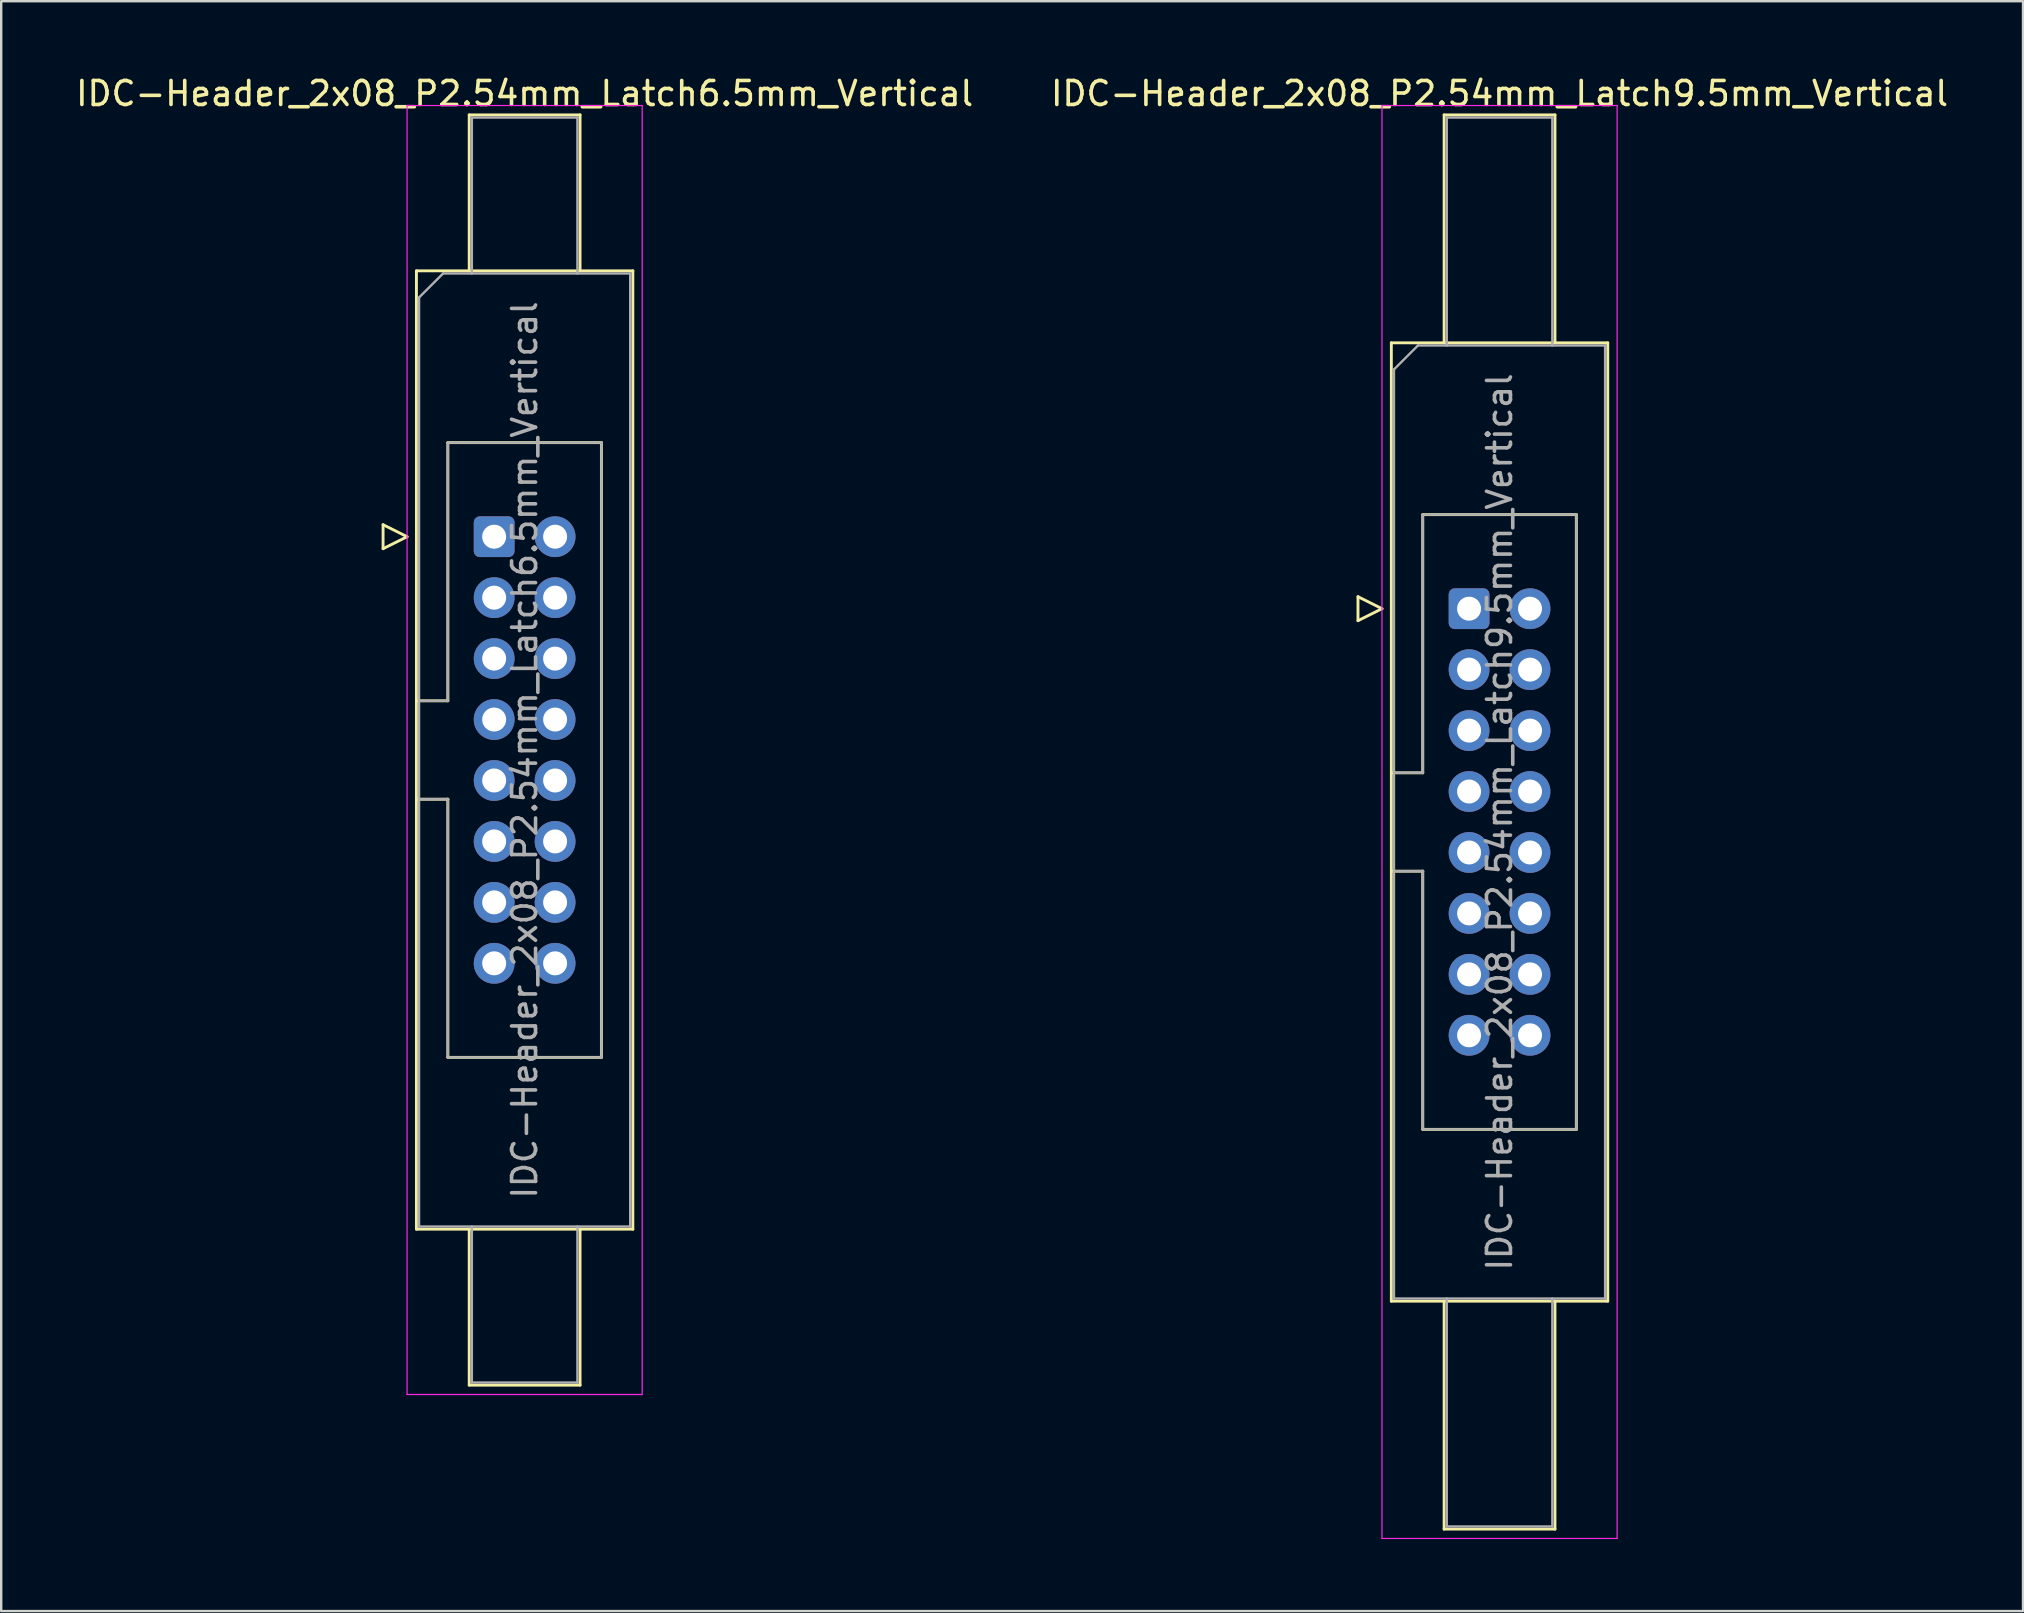
<source format=kicad_pcb>
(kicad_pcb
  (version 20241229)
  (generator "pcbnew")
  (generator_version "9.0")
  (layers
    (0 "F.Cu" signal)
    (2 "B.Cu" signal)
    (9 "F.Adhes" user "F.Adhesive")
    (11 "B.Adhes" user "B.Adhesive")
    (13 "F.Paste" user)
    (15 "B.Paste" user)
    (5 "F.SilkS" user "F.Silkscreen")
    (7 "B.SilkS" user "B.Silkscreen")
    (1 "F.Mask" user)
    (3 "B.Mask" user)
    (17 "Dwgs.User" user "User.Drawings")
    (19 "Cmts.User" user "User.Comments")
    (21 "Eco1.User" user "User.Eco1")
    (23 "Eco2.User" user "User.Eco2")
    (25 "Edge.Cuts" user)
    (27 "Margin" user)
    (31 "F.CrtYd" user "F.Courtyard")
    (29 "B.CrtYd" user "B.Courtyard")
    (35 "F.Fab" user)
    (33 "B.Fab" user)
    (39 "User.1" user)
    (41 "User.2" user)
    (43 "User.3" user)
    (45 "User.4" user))
  (footprint "IDC-Header_2x08_P2.54mm_Latch6.5mm_Vertical"
    (layer "F.Cu")
    (at 17.545 19.318)
    (property "Reference" "IDC-Header_2x08_P2.54mm_Latch6.5mm_Vertical" (at 1.27 -18.47 0) (layer "F.SilkS") (effects (font (size 1 1) (thickness 0.15))))
    (attr through_hole)
    (fp_line (start -4.63 -0.5) (end -4.63 0.5) (stroke (width 0.12) (type solid)) (layer "F.SilkS"))
    (fp_line (start -4.63 0.5) (end -3.63 0) (stroke (width 0.12) (type solid)) (layer "F.SilkS"))
    (fp_line (start -3.63 0) (end -4.63 -0.5) (stroke (width 0.12) (type solid)) (layer "F.SilkS"))
    (fp_line (start -3.24 -11.08) (end 5.78 -11.08) (stroke (width 0.12) (type solid)) (layer "F.SilkS"))
    (fp_line (start -3.24 6.84) (end -1.93 6.84) (stroke (width 0.12) (type solid)) (layer "F.SilkS"))
    (fp_line (start -3.24 28.86) (end -3.24 -11.08) (stroke (width 0.12) (type solid)) (layer "F.SilkS"))
    (fp_line (start -1.93 -3.92) (end 4.47 -3.92) (stroke (width 0.12) (type solid)) (layer "F.SilkS"))
    (fp_line (start -1.93 6.84) (end -1.93 -3.92) (stroke (width 0.12) (type solid)) (layer "F.SilkS"))
    (fp_line (start -1.93 10.94) (end -3.24 10.94) (stroke (width 0.12) (type solid)) (layer "F.SilkS"))
    (fp_line (start -1.93 10.94) (end -1.93 10.94) (stroke (width 0.12) (type solid)) (layer "F.SilkS"))
    (fp_line (start -1.93 21.7) (end -1.93 10.94) (stroke (width 0.12) (type solid)) (layer "F.SilkS"))
    (fp_line (start -1.04 -17.58) (end 3.58 -17.58) (stroke (width 0.12) (type solid)) (layer "F.SilkS"))
    (fp_line (start -1.04 -11.08) (end -1.04 -17.58) (stroke (width 0.12) (type solid)) (layer "F.SilkS"))
    (fp_line (start -1.04 28.86) (end -1.04 35.36) (stroke (width 0.12) (type solid)) (layer "F.SilkS"))
    (fp_line (start -1.04 35.36) (end 3.58 35.36) (stroke (width 0.12) (type solid)) (layer "F.SilkS"))
    (fp_line (start 3.58 -17.58) (end 3.58 -11.08) (stroke (width 0.12) (type solid)) (layer "F.SilkS"))
    (fp_line (start 3.58 35.36) (end 3.58 28.86) (stroke (width 0.12) (type solid)) (layer "F.SilkS"))
    (fp_line (start 4.47 -3.92) (end 4.47 21.7) (stroke (width 0.12) (type solid)) (layer "F.SilkS"))
    (fp_line (start 4.47 21.7) (end -1.93 21.7) (stroke (width 0.12) (type solid)) (layer "F.SilkS"))
    (fp_line (start 5.78 -11.08) (end 5.78 28.86) (stroke (width 0.12) (type solid)) (layer "F.SilkS"))
    (fp_line (start 5.78 28.86) (end -3.24 28.86) (stroke (width 0.12) (type solid)) (layer "F.SilkS"))
    (fp_line (start -3.63 -17.97) (end -3.63 35.75) (stroke (width 0.05) (type solid)) (layer "F.CrtYd"))
    (fp_line (start -3.63 35.75) (end 6.17 35.75) (stroke (width 0.05) (type solid)) (layer "F.CrtYd"))
    (fp_line (start 6.17 -17.97) (end -3.63 -17.97) (stroke (width 0.05) (type solid)) (layer "F.CrtYd"))
    (fp_line (start 6.17 35.75) (end 6.17 -17.97) (stroke (width 0.05) (type solid)) (layer "F.CrtYd"))
    (fp_line (start -3.13 -9.97) (end -2.13 -10.97) (stroke (width 0.1) (type solid)) (layer "F.Fab"))
    (fp_line (start -3.13 6.84) (end -1.93 6.84) (stroke (width 0.1) (type solid)) (layer "F.Fab"))
    (fp_line (start -3.13 28.75) (end -3.13 -9.97) (stroke (width 0.1) (type solid)) (layer "F.Fab"))
    (fp_line (start -2.13 -10.97) (end 5.67 -10.97) (stroke (width 0.1) (type solid)) (layer "F.Fab"))
    (fp_line (start -1.93 -3.92) (end 4.47 -3.92) (stroke (width 0.1) (type solid)) (layer "F.Fab"))
    (fp_line (start -1.93 6.84) (end -1.93 -3.92) (stroke (width 0.1) (type solid)) (layer "F.Fab"))
    (fp_line (start -1.93 10.94) (end -3.13 10.94) (stroke (width 0.1) (type solid)) (layer "F.Fab"))
    (fp_line (start -1.93 10.94) (end -1.93 10.94) (stroke (width 0.1) (type solid)) (layer "F.Fab"))
    (fp_line (start -1.93 21.7) (end -1.93 10.94) (stroke (width 0.1) (type solid)) (layer "F.Fab"))
    (fp_line (start -0.93 -17.47) (end 3.47 -17.47) (stroke (width 0.1) (type solid)) (layer "F.Fab"))
    (fp_line (start -0.93 -10.97) (end -0.93 -17.47) (stroke (width 0.1) (type solid)) (layer "F.Fab"))
    (fp_line (start -0.93 28.75) (end -0.93 35.25) (stroke (width 0.1) (type solid)) (layer "F.Fab"))
    (fp_line (start -0.93 35.25) (end 3.47 35.25) (stroke (width 0.1) (type solid)) (layer "F.Fab"))
    (fp_line (start 3.47 -17.47) (end 3.47 -10.97) (stroke (width 0.1) (type solid)) (layer "F.Fab"))
    (fp_line (start 3.47 35.25) (end 3.47 28.75) (stroke (width 0.1) (type solid)) (layer "F.Fab"))
    (fp_line (start 4.47 -3.92) (end 4.47 21.7) (stroke (width 0.1) (type solid)) (layer "F.Fab"))
    (fp_line (start 4.47 21.7) (end -1.93 21.7) (stroke (width 0.1) (type solid)) (layer "F.Fab"))
    (fp_line (start 5.67 -10.97) (end 5.67 28.75) (stroke (width 0.1) (type solid)) (layer "F.Fab"))
    (fp_line (start 5.67 28.75) (end -3.13 28.75) (stroke (width 0.1) (type solid)) (layer "F.Fab"))
    (fp_text user "${REFERENCE}" (at 1.27 8.89 90) (layer "F.Fab") (effects (font (size 1 1) (thickness 0.15))))
    (pad "1" thru_hole roundrect (at 0 0) (size 1.7 1.7) (drill 1) (layers "*.Cu" "*.Mask") (roundrect_rratio 0.147))
    (pad "2" thru_hole circle (at 2.54 0) (size 1.7 1.7) (drill 1) (layers "*.Cu" "*.Mask"))
    (pad "3" thru_hole circle (at 0 2.54) (size 1.7 1.7) (drill 1) (layers "*.Cu" "*.Mask"))
    (pad "4" thru_hole circle (at 2.54 2.54) (size 1.7 1.7) (drill 1) (layers "*.Cu" "*.Mask"))
    (pad "5" thru_hole circle (at 0 5.08) (size 1.7 1.7) (drill 1) (layers "*.Cu" "*.Mask"))
    (pad "6" thru_hole circle (at 2.54 5.08) (size 1.7 1.7) (drill 1) (layers "*.Cu" "*.Mask"))
    (pad "7" thru_hole circle (at 0 7.62) (size 1.7 1.7) (drill 1) (layers "*.Cu" "*.Mask"))
    (pad "8" thru_hole circle (at 2.54 7.62) (size 1.7 1.7) (drill 1) (layers "*.Cu" "*.Mask"))
    (pad "9" thru_hole circle (at 0 10.16) (size 1.7 1.7) (drill 1) (layers "*.Cu" "*.Mask"))
    (pad "10" thru_hole circle (at 2.54 10.16) (size 1.7 1.7) (drill 1) (layers "*.Cu" "*.Mask"))
    (pad "11" thru_hole circle (at 0 12.7) (size 1.7 1.7) (drill 1) (layers "*.Cu" "*.Mask"))
    (pad "12" thru_hole circle (at 2.54 12.7) (size 1.7 1.7) (drill 1) (layers "*.Cu" "*.Mask"))
    (pad "13" thru_hole circle (at 0 15.24) (size 1.7 1.7) (drill 1) (layers "*.Cu" "*.Mask"))
    (pad "14" thru_hole circle (at 2.54 15.24) (size 1.7 1.7) (drill 1) (layers "*.Cu" "*.Mask"))
    (pad "15" thru_hole circle (at 0 17.78) (size 1.7 1.7) (drill 1) (layers "*.Cu" "*.Mask"))
    (pad "16" thru_hole circle (at 2.54 17.78) (size 1.7 1.7) (drill 1) (layers "*.Cu" "*.Mask")))
  (footprint "IDC-Header_2x08_P2.54mm_Latch9.5mm_Vertical"
    (layer "F.Cu")
    (at 58.176 22.318)
    (property "Reference" "IDC-Header_2x08_P2.54mm_Latch9.5mm_Vertical" (at 1.27 -21.47 0) (layer "F.SilkS") (effects (font (size 1 1) (thickness 0.15))))
    (attr through_hole)
    (fp_line (start -4.63 -0.5) (end -4.63 0.5) (stroke (width 0.12) (type solid)) (layer "F.SilkS"))
    (fp_line (start -4.63 0.5) (end -3.63 0) (stroke (width 0.12) (type solid)) (layer "F.SilkS"))
    (fp_line (start -3.63 0) (end -4.63 -0.5) (stroke (width 0.12) (type solid)) (layer "F.SilkS"))
    (fp_line (start -3.24 -11.08) (end 5.78 -11.08) (stroke (width 0.12) (type solid)) (layer "F.SilkS"))
    (fp_line (start -3.24 6.84) (end -1.93 6.84) (stroke (width 0.12) (type solid)) (layer "F.SilkS"))
    (fp_line (start -3.24 28.86) (end -3.24 -11.08) (stroke (width 0.12) (type solid)) (layer "F.SilkS"))
    (fp_line (start -1.93 -3.92) (end 4.47 -3.92) (stroke (width 0.12) (type solid)) (layer "F.SilkS"))
    (fp_line (start -1.93 6.84) (end -1.93 -3.92) (stroke (width 0.12) (type solid)) (layer "F.SilkS"))
    (fp_line (start -1.93 10.94) (end -3.24 10.94) (stroke (width 0.12) (type solid)) (layer "F.SilkS"))
    (fp_line (start -1.93 10.94) (end -1.93 10.94) (stroke (width 0.12) (type solid)) (layer "F.SilkS"))
    (fp_line (start -1.93 21.7) (end -1.93 10.94) (stroke (width 0.12) (type solid)) (layer "F.SilkS"))
    (fp_line (start -1.04 -20.58) (end 3.58 -20.58) (stroke (width 0.12) (type solid)) (layer "F.SilkS"))
    (fp_line (start -1.04 -11.08) (end -1.04 -20.58) (stroke (width 0.12) (type solid)) (layer "F.SilkS"))
    (fp_line (start -1.04 28.86) (end -1.04 38.36) (stroke (width 0.12) (type solid)) (layer "F.SilkS"))
    (fp_line (start -1.04 38.36) (end 3.58 38.36) (stroke (width 0.12) (type solid)) (layer "F.SilkS"))
    (fp_line (start 3.58 -20.58) (end 3.58 -11.08) (stroke (width 0.12) (type solid)) (layer "F.SilkS"))
    (fp_line (start 3.58 38.36) (end 3.58 28.86) (stroke (width 0.12) (type solid)) (layer "F.SilkS"))
    (fp_line (start 4.47 -3.92) (end 4.47 21.7) (stroke (width 0.12) (type solid)) (layer "F.SilkS"))
    (fp_line (start 4.47 21.7) (end -1.93 21.7) (stroke (width 0.12) (type solid)) (layer "F.SilkS"))
    (fp_line (start 5.78 -11.08) (end 5.78 28.86) (stroke (width 0.12) (type solid)) (layer "F.SilkS"))
    (fp_line (start 5.78 28.86) (end -3.24 28.86) (stroke (width 0.12) (type solid)) (layer "F.SilkS"))
    (fp_line (start -3.63 -20.97) (end -3.63 38.75) (stroke (width 0.05) (type solid)) (layer "F.CrtYd"))
    (fp_line (start -3.63 38.75) (end 6.17 38.75) (stroke (width 0.05) (type solid)) (layer "F.CrtYd"))
    (fp_line (start 6.17 -20.97) (end -3.63 -20.97) (stroke (width 0.05) (type solid)) (layer "F.CrtYd"))
    (fp_line (start 6.17 38.75) (end 6.17 -20.97) (stroke (width 0.05) (type solid)) (layer "F.CrtYd"))
    (fp_line (start -3.13 -9.97) (end -2.13 -10.97) (stroke (width 0.1) (type solid)) (layer "F.Fab"))
    (fp_line (start -3.13 6.84) (end -1.93 6.84) (stroke (width 0.1) (type solid)) (layer "F.Fab"))
    (fp_line (start -3.13 28.75) (end -3.13 -9.97) (stroke (width 0.1) (type solid)) (layer "F.Fab"))
    (fp_line (start -2.13 -10.97) (end 5.67 -10.97) (stroke (width 0.1) (type solid)) (layer "F.Fab"))
    (fp_line (start -1.93 -3.92) (end 4.47 -3.92) (stroke (width 0.1) (type solid)) (layer "F.Fab"))
    (fp_line (start -1.93 6.84) (end -1.93 -3.92) (stroke (width 0.1) (type solid)) (layer "F.Fab"))
    (fp_line (start -1.93 10.94) (end -3.13 10.94) (stroke (width 0.1) (type solid)) (layer "F.Fab"))
    (fp_line (start -1.93 10.94) (end -1.93 10.94) (stroke (width 0.1) (type solid)) (layer "F.Fab"))
    (fp_line (start -1.93 21.7) (end -1.93 10.94) (stroke (width 0.1) (type solid)) (layer "F.Fab"))
    (fp_line (start -0.93 -20.47) (end 3.47 -20.47) (stroke (width 0.1) (type solid)) (layer "F.Fab"))
    (fp_line (start -0.93 -10.97) (end -0.93 -20.47) (stroke (width 0.1) (type solid)) (layer "F.Fab"))
    (fp_line (start -0.93 28.75) (end -0.93 38.25) (stroke (width 0.1) (type solid)) (layer "F.Fab"))
    (fp_line (start -0.93 38.25) (end 3.47 38.25) (stroke (width 0.1) (type solid)) (layer "F.Fab"))
    (fp_line (start 3.47 -20.47) (end 3.47 -10.97) (stroke (width 0.1) (type solid)) (layer "F.Fab"))
    (fp_line (start 3.47 38.25) (end 3.47 28.75) (stroke (width 0.1) (type solid)) (layer "F.Fab"))
    (fp_line (start 4.47 -3.92) (end 4.47 21.7) (stroke (width 0.1) (type solid)) (layer "F.Fab"))
    (fp_line (start 4.47 21.7) (end -1.93 21.7) (stroke (width 0.1) (type solid)) (layer "F.Fab"))
    (fp_line (start 5.67 -10.97) (end 5.67 28.75) (stroke (width 0.1) (type solid)) (layer "F.Fab"))
    (fp_line (start 5.67 28.75) (end -3.13 28.75) (stroke (width 0.1) (type solid)) (layer "F.Fab"))
    (fp_text user "${REFERENCE}" (at 1.27 8.89 90) (layer "F.Fab") (effects (font (size 1 1) (thickness 0.15))))
    (pad "1" thru_hole roundrect (at 0 0) (size 1.7 1.7) (drill 1) (layers "*.Cu" "*.Mask") (roundrect_rratio 0.147))
    (pad "2" thru_hole circle (at 2.54 0) (size 1.7 1.7) (drill 1) (layers "*.Cu" "*.Mask"))
    (pad "3" thru_hole circle (at 0 2.54) (size 1.7 1.7) (drill 1) (layers "*.Cu" "*.Mask"))
    (pad "4" thru_hole circle (at 2.54 2.54) (size 1.7 1.7) (drill 1) (layers "*.Cu" "*.Mask"))
    (pad "5" thru_hole circle (at 0 5.08) (size 1.7 1.7) (drill 1) (layers "*.Cu" "*.Mask"))
    (pad "6" thru_hole circle (at 2.54 5.08) (size 1.7 1.7) (drill 1) (layers "*.Cu" "*.Mask"))
    (pad "7" thru_hole circle (at 0 7.62) (size 1.7 1.7) (drill 1) (layers "*.Cu" "*.Mask"))
    (pad "8" thru_hole circle (at 2.54 7.62) (size 1.7 1.7) (drill 1) (layers "*.Cu" "*.Mask"))
    (pad "9" thru_hole circle (at 0 10.16) (size 1.7 1.7) (drill 1) (layers "*.Cu" "*.Mask"))
    (pad "10" thru_hole circle (at 2.54 10.16) (size 1.7 1.7) (drill 1) (layers "*.Cu" "*.Mask"))
    (pad "11" thru_hole circle (at 0 12.7) (size 1.7 1.7) (drill 1) (layers "*.Cu" "*.Mask"))
    (pad "12" thru_hole circle (at 2.54 12.7) (size 1.7 1.7) (drill 1) (layers "*.Cu" "*.Mask"))
    (pad "13" thru_hole circle (at 0 15.24) (size 1.7 1.7) (drill 1) (layers "*.Cu" "*.Mask"))
    (pad "14" thru_hole circle (at 2.54 15.24) (size 1.7 1.7) (drill 1) (layers "*.Cu" "*.Mask"))
    (pad "15" thru_hole circle (at 0 17.78) (size 1.7 1.7) (drill 1) (layers "*.Cu" "*.Mask"))
    (pad "16" thru_hole circle (at 2.54 17.78) (size 1.7 1.7) (drill 1) (layers "*.Cu" "*.Mask")))
  (gr_rect
    (start -3 -3)
    (end 81.262 64.093)
    (stroke (width 0.1) (type default))
    (fill no)
    (layer "Edge.Cuts")))
</source>
